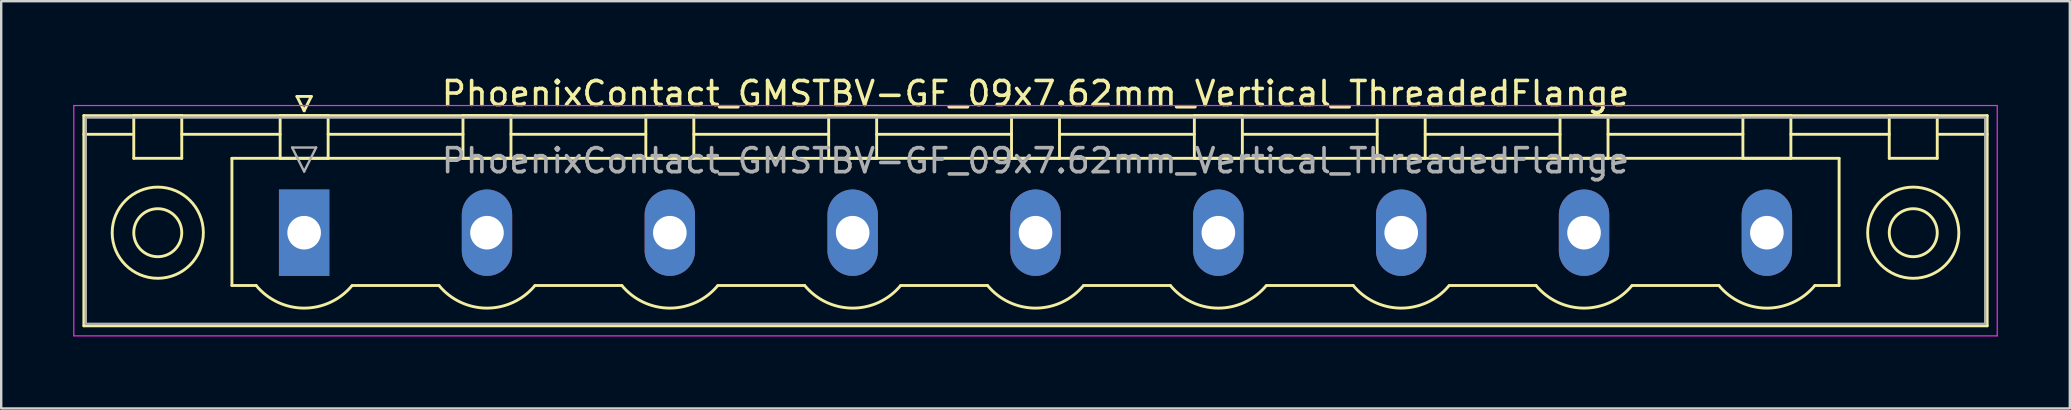
<source format=kicad_pcb>
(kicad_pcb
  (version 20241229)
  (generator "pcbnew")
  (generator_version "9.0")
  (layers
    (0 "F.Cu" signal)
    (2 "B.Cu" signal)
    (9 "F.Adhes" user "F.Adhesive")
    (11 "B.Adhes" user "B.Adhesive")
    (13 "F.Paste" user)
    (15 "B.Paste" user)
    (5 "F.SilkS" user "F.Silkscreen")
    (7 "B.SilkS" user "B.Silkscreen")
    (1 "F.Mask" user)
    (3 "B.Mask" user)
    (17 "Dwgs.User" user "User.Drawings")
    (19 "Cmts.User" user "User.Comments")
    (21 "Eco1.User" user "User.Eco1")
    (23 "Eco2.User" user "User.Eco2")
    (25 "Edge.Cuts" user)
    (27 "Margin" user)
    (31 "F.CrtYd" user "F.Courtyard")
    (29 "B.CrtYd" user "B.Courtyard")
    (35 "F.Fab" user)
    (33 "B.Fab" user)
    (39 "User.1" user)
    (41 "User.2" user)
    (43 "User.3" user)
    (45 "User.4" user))
  (footprint "PhoenixContact_GMSTBV-GF_09x7.62mm_Vertical_ThreadedFlange"
    (layer "F.Cu")
    (at 9.625 6.648)
    (property "Reference" "PhoenixContact_GMSTBV-GF_09x7.62mm_Vertical_ThreadedFlange" (at 30.48 -5.8 0) (layer "F.SilkS") (effects (font (size 1 1) (thickness 0.15))))
    (attr through_hole)
    (fp_line (start -9.18 -4.88) (end -9.18 3.88) (stroke (width 0.12) (type solid)) (layer "F.SilkS"))
    (fp_line (start -9.18 -4.1) (end -7.18 -4.1) (stroke (width 0.12) (type solid)) (layer "F.SilkS"))
    (fp_line (start -9.18 3.88) (end 70.14 3.88) (stroke (width 0.12) (type solid)) (layer "F.SilkS"))
    (fp_line (start -7.1 -4.88) (end -5.1 -4.88) (stroke (width 0.12) (type solid)) (layer "F.SilkS"))
    (fp_line (start -7.1 -3.1) (end -7.1 -4.88) (stroke (width 0.12) (type solid)) (layer "F.SilkS"))
    (fp_line (start -5.1 -4.88) (end -5.1 -3.1) (stroke (width 0.12) (type solid)) (layer "F.SilkS"))
    (fp_line (start -5.1 -4.1) (end -1 -4.1) (stroke (width 0.12) (type solid)) (layer "F.SilkS"))
    (fp_line (start -5.1 -3.1) (end -7.1 -3.1) (stroke (width 0.12) (type solid)) (layer "F.SilkS"))
    (fp_line (start -3.01 -3.1) (end 63.97 -3.1) (stroke (width 0.12) (type solid)) (layer "F.SilkS"))
    (fp_line (start -3.01 2.2) (end -3.01 -3.1) (stroke (width 0.12) (type solid)) (layer "F.SilkS"))
    (fp_line (start -2 2.2) (end -3.01 2.2) (stroke (width 0.12) (type solid)) (layer "F.SilkS"))
    (fp_line (start -1 -4.88) (end 1 -4.88) (stroke (width 0.12) (type solid)) (layer "F.SilkS"))
    (fp_line (start -1 -3.1) (end -1 -4.88) (stroke (width 0.12) (type solid)) (layer "F.SilkS"))
    (fp_line (start -0.3 -5.68) (end 0.3 -5.68) (stroke (width 0.12) (type solid)) (layer "F.SilkS"))
    (fp_line (start 0 -5.08) (end -0.3 -5.68) (stroke (width 0.12) (type solid)) (layer "F.SilkS"))
    (fp_line (start 0.3 -5.68) (end 0 -5.08) (stroke (width 0.12) (type solid)) (layer "F.SilkS"))
    (fp_line (start 1 -4.88) (end 1 -3.1) (stroke (width 0.12) (type solid)) (layer "F.SilkS"))
    (fp_line (start 1 -4.1) (end 6.62 -4.1) (stroke (width 0.12) (type solid)) (layer "F.SilkS"))
    (fp_line (start 1 -3.1) (end -1 -3.1) (stroke (width 0.12) (type solid)) (layer "F.SilkS"))
    (fp_line (start 2 2.2) (end 5.62 2.2) (stroke (width 0.12) (type solid)) (layer "F.SilkS"))
    (fp_line (start 6.62 -4.88) (end 8.62 -4.88) (stroke (width 0.12) (type solid)) (layer "F.SilkS"))
    (fp_line (start 6.62 -3.1) (end 6.62 -4.88) (stroke (width 0.12) (type solid)) (layer "F.SilkS"))
    (fp_line (start 8.62 -4.88) (end 8.62 -3.1) (stroke (width 0.12) (type solid)) (layer "F.SilkS"))
    (fp_line (start 8.62 -4.1) (end 14.24 -4.1) (stroke (width 0.12) (type solid)) (layer "F.SilkS"))
    (fp_line (start 8.62 -3.1) (end 6.62 -3.1) (stroke (width 0.12) (type solid)) (layer "F.SilkS"))
    (fp_line (start 9.62 2.2) (end 13.24 2.2) (stroke (width 0.12) (type solid)) (layer "F.SilkS"))
    (fp_line (start 14.24 -4.88) (end 16.24 -4.88) (stroke (width 0.12) (type solid)) (layer "F.SilkS"))
    (fp_line (start 14.24 -3.1) (end 14.24 -4.88) (stroke (width 0.12) (type solid)) (layer "F.SilkS"))
    (fp_line (start 16.24 -4.88) (end 16.24 -3.1) (stroke (width 0.12) (type solid)) (layer "F.SilkS"))
    (fp_line (start 16.24 -4.1) (end 21.86 -4.1) (stroke (width 0.12) (type solid)) (layer "F.SilkS"))
    (fp_line (start 16.24 -3.1) (end 14.24 -3.1) (stroke (width 0.12) (type solid)) (layer "F.SilkS"))
    (fp_line (start 17.24 2.2) (end 20.86 2.2) (stroke (width 0.12) (type solid)) (layer "F.SilkS"))
    (fp_line (start 21.86 -4.88) (end 23.86 -4.88) (stroke (width 0.12) (type solid)) (layer "F.SilkS"))
    (fp_line (start 21.86 -3.1) (end 21.86 -4.88) (stroke (width 0.12) (type solid)) (layer "F.SilkS"))
    (fp_line (start 23.86 -4.88) (end 23.86 -3.1) (stroke (width 0.12) (type solid)) (layer "F.SilkS"))
    (fp_line (start 23.86 -4.1) (end 29.48 -4.1) (stroke (width 0.12) (type solid)) (layer "F.SilkS"))
    (fp_line (start 23.86 -3.1) (end 21.86 -3.1) (stroke (width 0.12) (type solid)) (layer "F.SilkS"))
    (fp_line (start 24.86 2.2) (end 28.48 2.2) (stroke (width 0.12) (type solid)) (layer "F.SilkS"))
    (fp_line (start 29.48 -4.88) (end 31.48 -4.88) (stroke (width 0.12) (type solid)) (layer "F.SilkS"))
    (fp_line (start 29.48 -3.1) (end 29.48 -4.88) (stroke (width 0.12) (type solid)) (layer "F.SilkS"))
    (fp_line (start 31.48 -4.88) (end 31.48 -3.1) (stroke (width 0.12) (type solid)) (layer "F.SilkS"))
    (fp_line (start 31.48 -4.1) (end 37.1 -4.1) (stroke (width 0.12) (type solid)) (layer "F.SilkS"))
    (fp_line (start 31.48 -3.1) (end 29.48 -3.1) (stroke (width 0.12) (type solid)) (layer "F.SilkS"))
    (fp_line (start 32.48 2.2) (end 36.1 2.2) (stroke (width 0.12) (type solid)) (layer "F.SilkS"))
    (fp_line (start 37.1 -4.88) (end 39.1 -4.88) (stroke (width 0.12) (type solid)) (layer "F.SilkS"))
    (fp_line (start 37.1 -3.1) (end 37.1 -4.88) (stroke (width 0.12) (type solid)) (layer "F.SilkS"))
    (fp_line (start 39.1 -4.88) (end 39.1 -3.1) (stroke (width 0.12) (type solid)) (layer "F.SilkS"))
    (fp_line (start 39.1 -4.1) (end 44.72 -4.1) (stroke (width 0.12) (type solid)) (layer "F.SilkS"))
    (fp_line (start 39.1 -3.1) (end 37.1 -3.1) (stroke (width 0.12) (type solid)) (layer "F.SilkS"))
    (fp_line (start 40.1 2.2) (end 43.72 2.2) (stroke (width 0.12) (type solid)) (layer "F.SilkS"))
    (fp_line (start 44.72 -4.88) (end 46.72 -4.88) (stroke (width 0.12) (type solid)) (layer "F.SilkS"))
    (fp_line (start 44.72 -3.1) (end 44.72 -4.88) (stroke (width 0.12) (type solid)) (layer "F.SilkS"))
    (fp_line (start 46.72 -4.88) (end 46.72 -3.1) (stroke (width 0.12) (type solid)) (layer "F.SilkS"))
    (fp_line (start 46.72 -4.1) (end 52.34 -4.1) (stroke (width 0.12) (type solid)) (layer "F.SilkS"))
    (fp_line (start 46.72 -3.1) (end 44.72 -3.1) (stroke (width 0.12) (type solid)) (layer "F.SilkS"))
    (fp_line (start 47.72 2.2) (end 51.34 2.2) (stroke (width 0.12) (type solid)) (layer "F.SilkS"))
    (fp_line (start 52.34 -4.88) (end 54.34 -4.88) (stroke (width 0.12) (type solid)) (layer "F.SilkS"))
    (fp_line (start 52.34 -3.1) (end 52.34 -4.88) (stroke (width 0.12) (type solid)) (layer "F.SilkS"))
    (fp_line (start 54.34 -4.88) (end 54.34 -3.1) (stroke (width 0.12) (type solid)) (layer "F.SilkS"))
    (fp_line (start 54.34 -4.1) (end 59.96 -4.1) (stroke (width 0.12) (type solid)) (layer "F.SilkS"))
    (fp_line (start 54.34 -3.1) (end 52.34 -3.1) (stroke (width 0.12) (type solid)) (layer "F.SilkS"))
    (fp_line (start 55.34 2.2) (end 58.96 2.2) (stroke (width 0.12) (type solid)) (layer "F.SilkS"))
    (fp_line (start 59.96 -4.88) (end 61.96 -4.88) (stroke (width 0.12) (type solid)) (layer "F.SilkS"))
    (fp_line (start 59.96 -3.1) (end 59.96 -4.88) (stroke (width 0.12) (type solid)) (layer "F.SilkS"))
    (fp_line (start 61.96 -4.88) (end 61.96 -3.1) (stroke (width 0.12) (type solid)) (layer "F.SilkS"))
    (fp_line (start 61.96 -4.1) (end 66.06 -4.1) (stroke (width 0.12) (type solid)) (layer "F.SilkS"))
    (fp_line (start 61.96 -3.1) (end 59.96 -3.1) (stroke (width 0.12) (type solid)) (layer "F.SilkS"))
    (fp_line (start 63.97 -3.1) (end 63.97 2.2) (stroke (width 0.12) (type solid)) (layer "F.SilkS"))
    (fp_line (start 63.97 2.2) (end 62.96 2.2) (stroke (width 0.12) (type solid)) (layer "F.SilkS"))
    (fp_line (start 66.06 -4.88) (end 68.06 -4.88) (stroke (width 0.12) (type solid)) (layer "F.SilkS"))
    (fp_line (start 66.06 -3.1) (end 66.06 -4.88) (stroke (width 0.12) (type solid)) (layer "F.SilkS"))
    (fp_line (start 68.06 -4.88) (end 68.06 -3.1) (stroke (width 0.12) (type solid)) (layer "F.SilkS"))
    (fp_line (start 68.06 -3.1) (end 66.06 -3.1) (stroke (width 0.12) (type solid)) (layer "F.SilkS"))
    (fp_line (start 70.14 -4.88) (end -9.18 -4.88) (stroke (width 0.12) (type solid)) (layer "F.SilkS"))
    (fp_line (start 70.14 -4.1) (end 68.14 -4.1) (stroke (width 0.12) (type solid)) (layer "F.SilkS"))
    (fp_line (start 70.14 3.88) (end 70.14 -4.88) (stroke (width 0.12) (type solid)) (layer "F.SilkS"))
    (fp_arc (start 1.986842 2.215821) (mid -0.010289 3.142758) (end -2 2.2) (stroke (width 0.12) (type solid)) (layer "F.SilkS"))
    (fp_arc (start 9.606842 2.215821) (mid 7.609711 3.142758) (end 5.62 2.2) (stroke (width 0.12) (type solid)) (layer "F.SilkS"))
    (fp_arc (start 17.226842 2.215821) (mid 15.229711 3.142758) (end 13.24 2.2) (stroke (width 0.12) (type solid)) (layer "F.SilkS"))
    (fp_arc (start 24.846842 2.215821) (mid 22.849711 3.142758) (end 20.86 2.2) (stroke (width 0.12) (type solid)) (layer "F.SilkS"))
    (fp_arc (start 32.466842 2.215821) (mid 30.469711 3.142758) (end 28.48 2.2) (stroke (width 0.12) (type solid)) (layer "F.SilkS"))
    (fp_arc (start 40.086842 2.215821) (mid 38.089711 3.142758) (end 36.1 2.2) (stroke (width 0.12) (type solid)) (layer "F.SilkS"))
    (fp_arc (start 47.706842 2.215821) (mid 45.709711 3.142758) (end 43.72 2.2) (stroke (width 0.12) (type solid)) (layer "F.SilkS"))
    (fp_arc (start 55.326842 2.215821) (mid 53.329711 3.142758) (end 51.34 2.2) (stroke (width 0.12) (type solid)) (layer "F.SilkS"))
    (fp_arc (start 62.946842 2.215821) (mid 60.949711 3.142758) (end 58.96 2.2) (stroke (width 0.12) (type solid)) (layer "F.SilkS"))
    (fp_circle (center -6.1 0) (end -5.1 0) (stroke (width 0.12) (type solid)) (fill no) (layer "F.SilkS"))
    (fp_circle (center -6.1 0) (end -4.2 0) (stroke (width 0.12) (type solid)) (fill no) (layer "F.SilkS"))
    (fp_circle (center 67.06 0) (end 68.06 0) (stroke (width 0.12) (type solid)) (fill no) (layer "F.SilkS"))
    (fp_circle (center 67.06 0) (end 68.96 0) (stroke (width 0.12) (type solid)) (fill no) (layer "F.SilkS"))
    (fp_line (start -9.6 -5.3) (end -9.6 4.3) (stroke (width 0.05) (type solid)) (layer "F.CrtYd"))
    (fp_line (start -9.6 4.3) (end 70.56 4.3) (stroke (width 0.05) (type solid)) (layer "F.CrtYd"))
    (fp_line (start 70.56 -5.3) (end -9.6 -5.3) (stroke (width 0.05) (type solid)) (layer "F.CrtYd"))
    (fp_line (start 70.56 4.3) (end 70.56 -5.3) (stroke (width 0.05) (type solid)) (layer "F.CrtYd"))
    (fp_line (start -9.1 -4.8) (end -9.1 3.8) (stroke (width 0.1) (type solid)) (layer "F.Fab"))
    (fp_line (start -9.1 3.8) (end 70.06 3.8) (stroke (width 0.1) (type solid)) (layer "F.Fab"))
    (fp_line (start -0.5 -3.55) (end 0.5 -3.55) (stroke (width 0.1) (type solid)) (layer "F.Fab"))
    (fp_line (start 0 -2.55) (end -0.5 -3.55) (stroke (width 0.1) (type solid)) (layer "F.Fab"))
    (fp_line (start 0.5 -3.55) (end 0 -2.55) (stroke (width 0.1) (type solid)) (layer "F.Fab"))
    (fp_line (start 70.06 -4.8) (end -9.1 -4.8) (stroke (width 0.1) (type solid)) (layer "F.Fab"))
    (fp_line (start 70.06 3.8) (end 70.06 -4.8) (stroke (width 0.1) (type solid)) (layer "F.Fab"))
    (fp_text user "${REFERENCE}" (at 30.48 -3 0) (layer "F.Fab") (effects (font (size 1 1) (thickness 0.15))))
    (pad "1" thru_hole rect (at 0 0) (size 2.1 3.6) (drill 1.4) (layers "*.Cu" "*.Mask"))
    (pad "2" thru_hole oval (at 7.62 0) (size 2.1 3.6) (drill 1.4) (layers "*.Cu" "*.Mask"))
    (pad "3" thru_hole oval (at 15.24 0) (size 2.1 3.6) (drill 1.4) (layers "*.Cu" "*.Mask"))
    (pad "4" thru_hole oval (at 22.86 0) (size 2.1 3.6) (drill 1.4) (layers "*.Cu" "*.Mask"))
    (pad "5" thru_hole oval (at 30.48 0) (size 2.1 3.6) (drill 1.4) (layers "*.Cu" "*.Mask"))
    (pad "6" thru_hole oval (at 38.1 0) (size 2.1 3.6) (drill 1.4) (layers "*.Cu" "*.Mask"))
    (pad "7" thru_hole oval (at 45.72 0) (size 2.1 3.6) (drill 1.4) (layers "*.Cu" "*.Mask"))
    (pad "8" thru_hole oval (at 53.34 0) (size 2.1 3.6) (drill 1.4) (layers "*.Cu" "*.Mask"))
    (pad "9" thru_hole oval (at 60.96 0) (size 2.1 3.6) (drill 1.4) (layers "*.Cu" "*.Mask")))
  (gr_rect
    (start -3 -3)
    (end 83.21 13.973)
    (stroke (width 0.1) (type default))
    (fill no)
    (layer "Edge.Cuts")))
</source>
